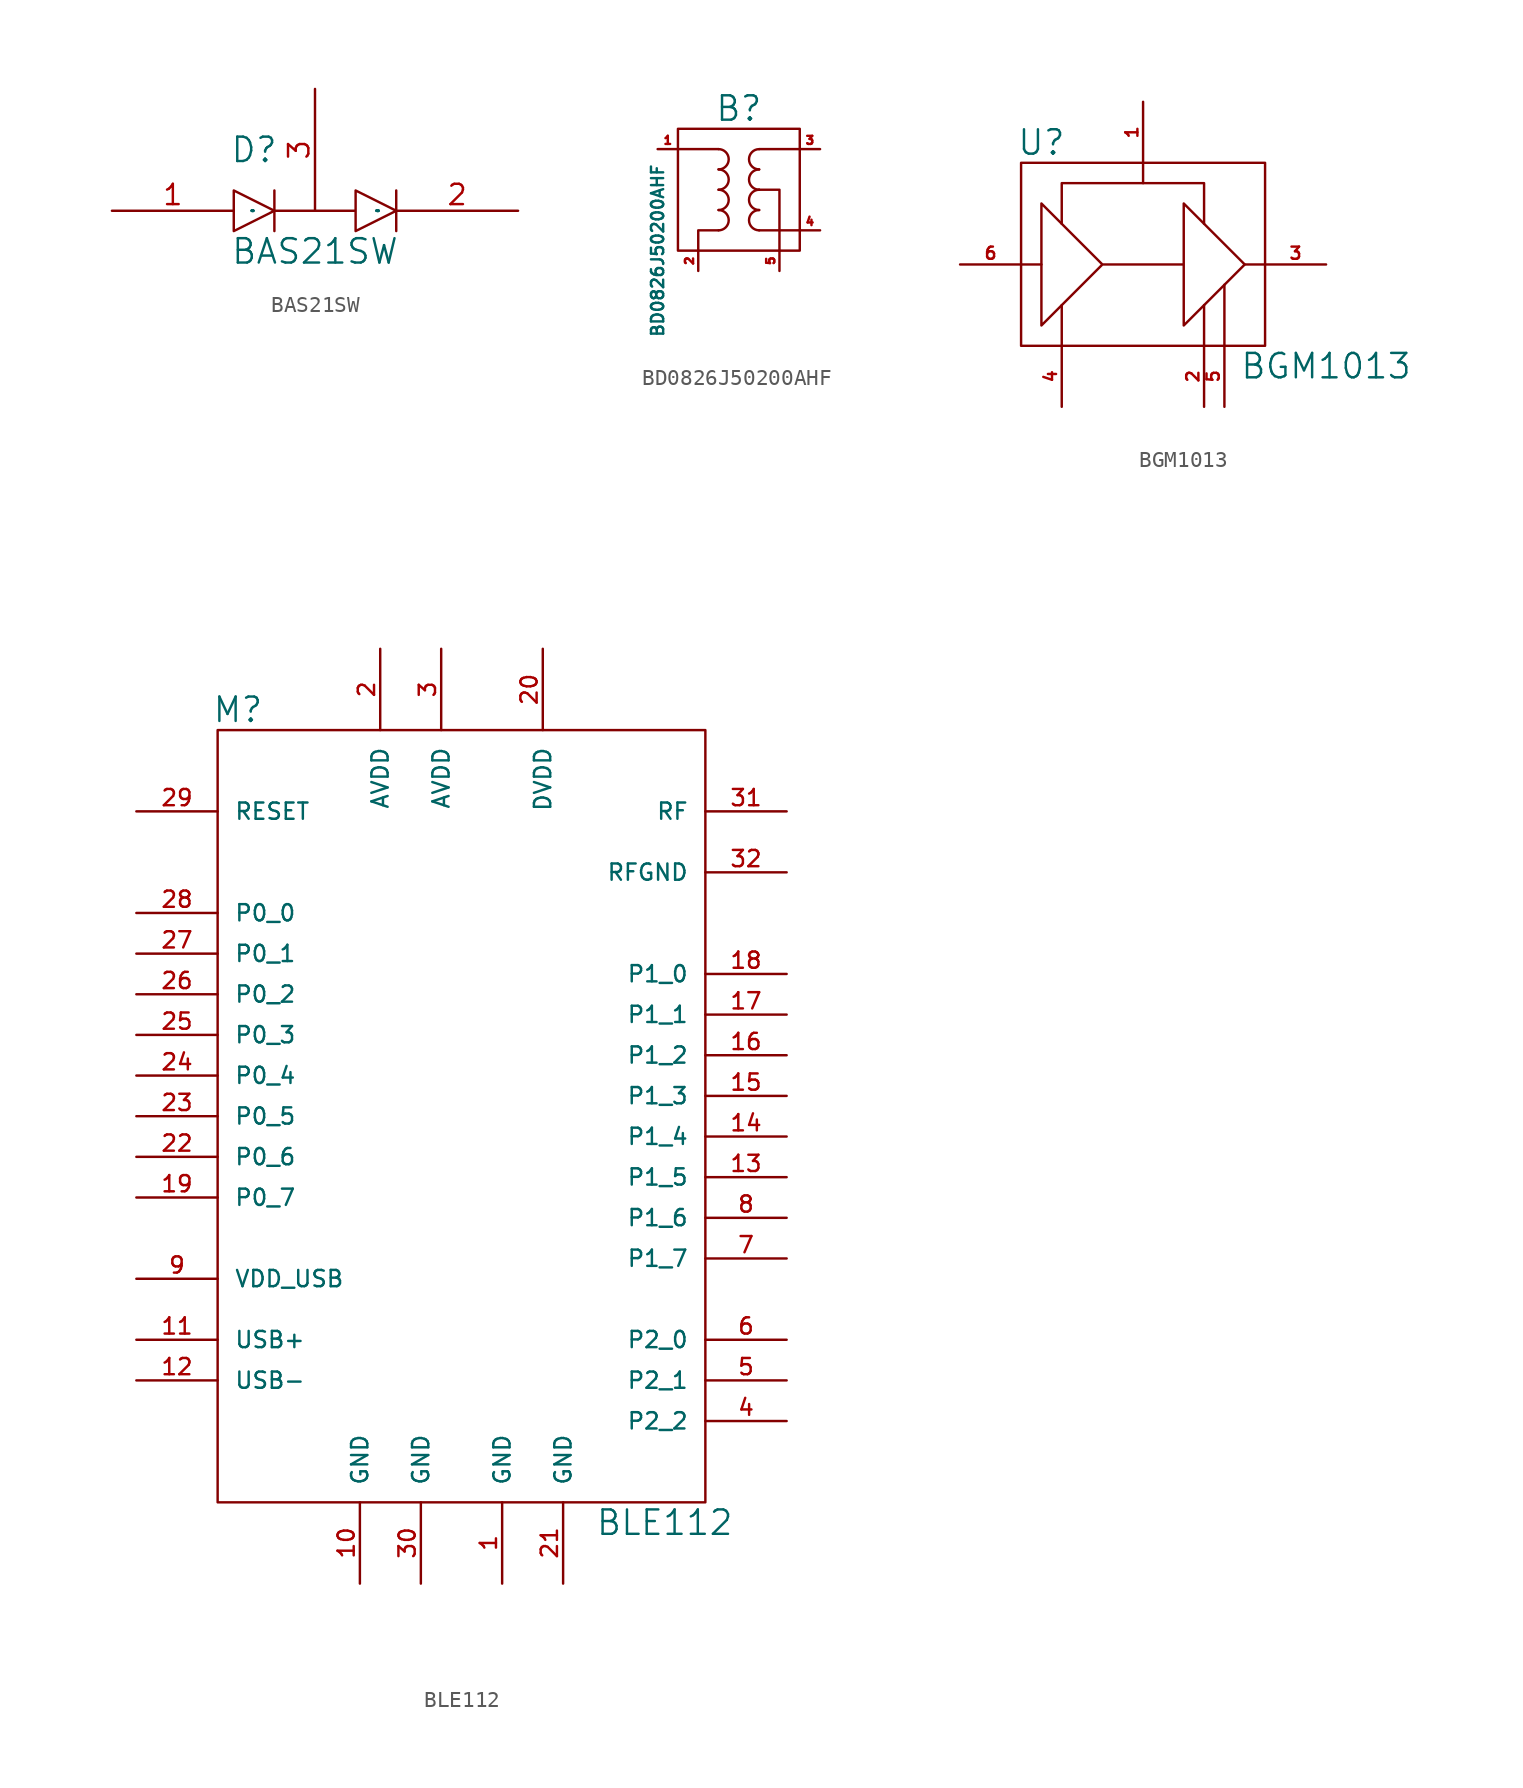
<source format=kicad_sym>
(kicad_symbol_lib
  (version 20211014)
  (generator kicad_symbol_editor)
  (symbol "BAS21SW"
    (pin_names
      (offset 1.016))
    (property "Reference" "D"
      (at -12.7 5.08 0)
      (effects (font (size 1.524 1.524))))
    (property "Value" "BAS21SW"
      (at -8.89 -1.27 0)
      (effects (font (size 1.524 1.524))))
    (property "Footprint" ""
      (at 0 0 0)
      (effects (font (size 1.524 1.524))))
    (property "Datasheet" ""
      (at 0 0 0)
      (effects (font (size 1.524 1.524))))
    (symbol "BAS21SW_0_1"
      (polyline (pts (xy -11.43 0) (xy -11.43 2.54)) (stroke (width 0) (type default) (color 0 0 0 0)) (fill (type none)))
      (polyline (pts (xy -3.81 2.54) (xy -3.81 0)) (stroke (width 0) (type default) (color 0 0 0 0)) (fill (type none)))
      (polyline (pts (xy -11.43 1.27) (xy -13.97 2.54) (xy -13.97 0) (xy -11.43 1.27)) (stroke (width 0) (type default) (color 0 0 0 0)) (fill (type none)))
      (polyline (pts (xy -11.43 1.27) (xy -6.35 1.27) (xy -6.35 2.54) (xy -3.81 1.27) (xy -6.35 0) (xy -6.35 1.27)) (stroke (width 0) (type default) (color 0 0 0 0)) (fill (type none))))
    (symbol "BAS21SW_1_1"
      (pin bidirectional line (at -21.59 1.27 0) (length 7.62) (name "A(D1)" (effects (font (size 0.025 0.025)))) (number "1" (effects (font (size 1.27 1.27)))))
      (pin bidirectional line (at 3.81 1.27 180) (length 7.62) (name "C(D2)" (effects (font (size 0.025 0.025)))) (number "2" (effects (font (size 1.27 1.27)))))
      (pin bidirectional line (at -8.89 8.89 270) (length 7.62) (name "C(D1)_A(D2)" (effects (font (size 0 0)))) (number "3" (effects (font (size 1.27 1.27)))))))
  (symbol "BD0826J50200AHF"
    (pin_names
      (offset 0) hide)
    (property "Reference" "B"
      (at 0 5.08 0)
      (effects (font (size 1.524 1.524))))
    (property "Value" "BD0826J50200AHF"
      (at -5.08 -3.81 90)
      (effects (font (size 0.762 0.762))))
    (property "Footprint" ""
      (at 0 0 0)
      (effects (font (size 1.524 1.524))))
    (property "Datasheet" ""
      (at 0 0 0)
      (effects (font (size 1.524 1.524))))
    (symbol "BD0826J50200AHF_0_1"
      (arc (start -1.27 -2.54) (mid -0.635 -1.905) (end -1.27 -1.27) (stroke (width 0) (type default) (color 0 0 0 0)) (fill (type none)))
      (arc (start -1.27 -1.27) (mid -0.635 -0.635) (end -1.27 0) (stroke (width 0) (type default) (color 0 0 0 0)) (fill (type none)))
      (arc (start -1.27 0) (mid -0.635 0.635) (end -1.27 1.27) (stroke (width 0) (type default) (color 0 0 0 0)) (fill (type none)))
      (arc (start -1.27 1.27) (mid -0.635 1.905) (end -1.27 2.54) (stroke (width 0) (type default) (color 0 0 0 0)) (fill (type none)))
      (polyline (pts (xy -1.27 2.54) (xy -3.81 2.54)) (stroke (width 0) (type default) (color 0 0 0 0)) (fill (type none)))
      (polyline (pts (xy 1.27 -2.54) (xy 3.81 -2.54)) (stroke (width 0) (type default) (color 0 0 0 0)) (fill (type none)))
      (polyline (pts (xy 1.27 2.54) (xy 3.81 2.54)) (stroke (width 0) (type default) (color 0 0 0 0)) (fill (type none)))
      (polyline (pts (xy -1.27 -2.54) (xy -2.54 -2.54) (xy -2.54 -3.81)) (stroke (width 0) (type default) (color 0 0 0 0)) (fill (type none)))
      (polyline (pts (xy 1.27 0) (xy 2.54 0) (xy 2.54 -3.81)) (stroke (width 0) (type default) (color 0 0 0 0)) (fill (type none)))
      (arc (start 1.27 -1.27) (mid 0.635 -1.905) (end 1.27 -2.54) (stroke (width 0) (type default) (color 0 0 0 0)) (fill (type none)))
      (arc (start 1.27 0) (mid 0.635 -0.635) (end 1.27 -1.27) (stroke (width 0) (type default) (color 0 0 0 0)) (fill (type none)))
      (arc (start 1.27 1.27) (mid 0.635 0.635) (end 1.27 0) (stroke (width 0) (type default) (color 0 0 0 0)) (fill (type none)))
      (arc (start 1.27 2.54) (mid 0.635 1.905) (end 1.27 1.27) (stroke (width 0) (type default) (color 0 0 0 0)) (fill (type none)))
      (rectangle (start 3.81 -3.81) (end -3.81 3.81) (stroke (width 0) (type default) (color 0 0 0 0)) (fill (type none))))
    (symbol "BD0826J50200AHF_1_1"
      (pin bidirectional line (at -5.08 2.54 0) (length 1.27) (name "UnBalanced" (effects (font (size 0.508 0.508)))) (number "1" (effects (font (size 0.508 0.508)))))
      (pin bidirectional line (at -2.54 -5.08 90) (length 1.27) (name "GND" (effects (font (size 0.508 0.508)))) (number "2" (effects (font (size 0.508 0.508)))))
      (pin bidirectional line (at 5.08 2.54 180) (length 1.27) (name "Balanced" (effects (font (size 0.508 0.508)))) (number "3" (effects (font (size 0.508 0.508)))))
      (pin bidirectional line (at 5.08 -2.54 180) (length 1.27) (name "Balanced" (effects (font (size 0.508 0.508)))) (number "4" (effects (font (size 0.508 0.508)))))
      (pin bidirectional line (at 2.54 -5.08 90) (length 1.27) (name "GND" (effects (font (size 0.508 0.508)))) (number "5" (effects (font (size 0.508 0.508)))))
      (pin no_connect line (at 0 -5.08 90) (length 1.27) hide (name "NC" (effects (font (size 0.508 0.508)))) (number "6" (effects (font (size 0.508 0.508)))))))
  (symbol "BGM1013"
    (pin_names
      (offset 1.016) hide)
    (property "Reference" "U"
      (at -6.35 7.62 0)
      (effects (font (size 1.524 1.524))))
    (property "Value" "BGM1013"
      (at 11.43 -6.35 0)
      (effects (font (size 1.524 1.524))))
    (property "Footprint" ""
      (at 1.27 0 0)
      (effects (font (size 1.524 1.524))))
    (property "Datasheet" ""
      (at 1.27 0 0)
      (effects (font (size 1.524 1.524))))
    (symbol "BGM1013_0_1"
      (polyline (pts (xy -6.35 0) (xy -7.62 0)) (stroke (width 0) (type default) (color 0 0 0 0)) (fill (type none)))
      (polyline (pts (xy -5.08 -2.54) (xy -5.08 -5.08)) (stroke (width 0) (type default) (color 0 0 0 0)) (fill (type none)))
      (polyline (pts (xy 3.81 -2.54) (xy 3.81 -5.08)) (stroke (width 0) (type default) (color 0 0 0 0)) (fill (type none)))
      (polyline (pts (xy 5.08 -1.27) (xy 5.08 -5.08)) (stroke (width 0) (type default) (color 0 0 0 0)) (fill (type none)))
      (polyline (pts (xy 6.35 0) (xy 7.62 0)) (stroke (width 0) (type default) (color 0 0 0 0)) (fill (type none)))
      (polyline (pts (xy -5.08 2.54) (xy -5.08 5.08) (xy 3.81 5.08) (xy 3.81 2.54)) (stroke (width 0) (type default) (color 0 0 0 0)) (fill (type none)))
      (polyline (pts (xy -2.54 0) (xy -6.35 3.81) (xy -6.35 -3.81) (xy -2.54 0) (xy 2.54 0) (xy 2.54 3.81) (xy 6.35 0) (xy 2.54 -3.81) (xy 2.54 0)) (stroke (width 0) (type default) (color 0 0 0 0)) (fill (type none)))
      (rectangle (start 0 5.08) (end 0 6.35) (stroke (width 0) (type default) (color 0 0 0 0)) (fill (type none)))
      (rectangle (start 7.62 6.35) (end -7.62 -5.08) (stroke (width 0) (type default) (color 0 0 0 0)) (fill (type none))))
    (symbol "BGM1013_1_1"
      (pin input line (at 0 10.16 270) (length 3.81) (name "Vs" (effects (font (size 1.27 1.27)))) (number "1" (effects (font (size 0.762 0.762)))))
      (pin input line (at 3.81 -8.89 90) (length 3.81) (name "GND" (effects (font (size 1.27 1.27)))) (number "2" (effects (font (size 0.762 0.762)))))
      (pin input line (at 11.43 0 180) (length 3.81) (name "RF_OUT" (effects (font (size 1.27 1.27)))) (number "3" (effects (font (size 0.762 0.762)))))
      (pin input line (at -5.08 -8.89 90) (length 3.81) (name "GND" (effects (font (size 1.27 1.27)))) (number "4" (effects (font (size 0.762 0.762)))))
      (pin input line (at 5.08 -8.89 90) (length 3.81) (name "GND" (effects (font (size 1.27 1.27)))) (number "5" (effects (font (size 0.762 0.762)))))
      (pin input line (at -11.43 0 0) (length 3.81) (name "RF_IN" (effects (font (size 1.27 1.27)))) (number "6" (effects (font (size 0.762 0.762)))))))
  (symbol "BLE112"
    (pin_names
      (offset 1.016))
    (property "Reference" "M"
      (at -13.97 26.67 0)
      (effects (font (size 1.524 1.524))))
    (property "Value" "BLE112"
      (at 12.7 -24.13 0)
      (effects (font (size 1.524 1.524))))
    (property "Footprint" ""
      (at 0 0 0)
      (effects (font (size 1.524 1.524))))
    (property "Datasheet" ""
      (at 0 0 0)
      (effects (font (size 1.524 1.524))))
    (symbol "BLE112_0_1"
      (rectangle (start 15.24 25.4) (end -15.24 -22.86) (stroke (width 0) (type default) (color 0 0 0 0)) (fill (type none))))
    (symbol "BLE112_1_1"
      (pin power_out line (at 2.54 -27.94 90) (length 5.08) (name "GND" (effects (font (size 1.016 1.016)))) (number "1" (effects (font (size 1.016 1.016)))))
      (pin power_in line (at -6.35 -27.94 90) (length 5.08) (name "GND" (effects (font (size 1.016 1.016)))) (number "10" (effects (font (size 1.016 1.016)))))
      (pin power_in line (at -20.32 -12.7 0) (length 5.08) (name "USB+" (effects (font (size 1.016 1.016)))) (number "11" (effects (font (size 1.016 1.016)))))
      (pin power_in line (at -20.32 -15.24 0) (length 5.08) (name "USB-" (effects (font (size 1.016 1.016)))) (number "12" (effects (font (size 1.016 1.016)))))
      (pin bidirectional line (at 20.32 -2.54 180) (length 5.08) (name "P1_5" (effects (font (size 1.016 1.016)))) (number "13" (effects (font (size 1.016 1.016)))))
      (pin bidirectional line (at 20.32 0 180) (length 5.08) (name "P1_4" (effects (font (size 1.016 1.016)))) (number "14" (effects (font (size 1.016 1.016)))))
      (pin bidirectional line (at 20.32 2.54 180) (length 5.08) (name "P1_3" (effects (font (size 1.016 1.016)))) (number "15" (effects (font (size 1.016 1.016)))))
      (pin bidirectional line (at 20.32 5.08 180) (length 5.08) (name "P1_2" (effects (font (size 1.016 1.016)))) (number "16" (effects (font (size 1.016 1.016)))))
      (pin bidirectional line (at 20.32 7.62 180) (length 5.08) (name "P1_1" (effects (font (size 1.016 1.016)))) (number "17" (effects (font (size 1.016 1.016)))))
      (pin bidirectional line (at 20.32 10.16 180) (length 5.08) (name "P1_0" (effects (font (size 1.016 1.016)))) (number "18" (effects (font (size 1.016 1.016)))))
      (pin bidirectional line (at -20.32 -3.81 0) (length 5.08) (name "P0_7" (effects (font (size 1.016 1.016)))) (number "19" (effects (font (size 1.016 1.016)))))
      (pin power_in line (at -5.08 30.48 270) (length 5.08) (name "AVDD" (effects (font (size 1.016 1.016)))) (number "2" (effects (font (size 1.016 1.016)))))
      (pin power_in line (at 5.08 30.48 270) (length 5.08) (name "DVDD" (effects (font (size 1.016 1.016)))) (number "20" (effects (font (size 1.016 1.016)))))
      (pin power_in line (at 6.35 -27.94 90) (length 5.08) (name "GND" (effects (font (size 1.016 1.016)))) (number "21" (effects (font (size 1.016 1.016)))))
      (pin bidirectional line (at -20.32 -1.27 0) (length 5.08) (name "P0_6" (effects (font (size 1.016 1.016)))) (number "22" (effects (font (size 1.016 1.016)))))
      (pin bidirectional line (at -20.32 1.27 0) (length 5.08) (name "P0_5" (effects (font (size 1.016 1.016)))) (number "23" (effects (font (size 1.016 1.016)))))
      (pin bidirectional line (at -20.32 3.81 0) (length 5.08) (name "P0_4" (effects (font (size 1.016 1.016)))) (number "24" (effects (font (size 1.016 1.016)))))
      (pin bidirectional line (at -20.32 6.35 0) (length 5.08) (name "P0_3" (effects (font (size 1.016 1.016)))) (number "25" (effects (font (size 1.016 1.016)))))
      (pin bidirectional line (at -20.32 8.89 0) (length 5.08) (name "P0_2" (effects (font (size 1.016 1.016)))) (number "26" (effects (font (size 1.016 1.016)))))
      (pin bidirectional line (at -20.32 11.43 0) (length 5.08) (name "P0_1" (effects (font (size 1.016 1.016)))) (number "27" (effects (font (size 1.016 1.016)))))
      (pin bidirectional line (at -20.32 13.97 0) (length 5.08) (name "P0_0" (effects (font (size 1.016 1.016)))) (number "28" (effects (font (size 1.016 1.016)))))
      (pin power_in line (at -20.32 20.32 0) (length 5.08) (name "RESET" (effects (font (size 1.016 1.016)))) (number "29" (effects (font (size 1.016 1.016)))))
      (pin power_in line (at -1.27 30.48 270) (length 5.08) (name "AVDD" (effects (font (size 1.016 1.016)))) (number "3" (effects (font (size 1.016 1.016)))))
      (pin power_in line (at -2.54 -27.94 90) (length 5.08) (name "GND" (effects (font (size 1.016 1.016)))) (number "30" (effects (font (size 1.016 1.016)))))
      (pin output line (at 20.32 20.32 180) (length 5.08) (name "RF" (effects (font (size 1.016 1.016)))) (number "31" (effects (font (size 1.016 1.016)))))
      (pin power_out line (at 20.32 16.51 180) (length 5.08) (name "RFGND" (effects (font (size 1.016 1.016)))) (number "32" (effects (font (size 1.016 1.016)))))
      (pin bidirectional line (at 20.32 -17.78 180) (length 5.08) (name "P2_2" (effects (font (size 1.016 1.016)))) (number "4" (effects (font (size 1.016 1.016)))))
      (pin bidirectional line (at 20.32 -15.24 180) (length 5.08) (name "P2_1" (effects (font (size 1.016 1.016)))) (number "5" (effects (font (size 1.016 1.016)))))
      (pin bidirectional line (at 20.32 -12.7 180) (length 5.08) (name "P2_0" (effects (font (size 1.016 1.016)))) (number "6" (effects (font (size 1.016 1.016)))))
      (pin bidirectional line (at 20.32 -7.62 180) (length 5.08) (name "P1_7" (effects (font (size 1.016 1.016)))) (number "7" (effects (font (size 1.016 1.016)))))
      (pin bidirectional line (at 20.32 -5.08 180) (length 5.08) (name "P1_6" (effects (font (size 1.016 1.016)))) (number "8" (effects (font (size 1.016 1.016)))))
      (pin power_in line (at -20.32 -8.89 0) (length 5.08) (name "VDD_USB" (effects (font (size 1.016 1.016)))) (number "9" (effects (font (size 1.016 1.016))))))))
</source>
